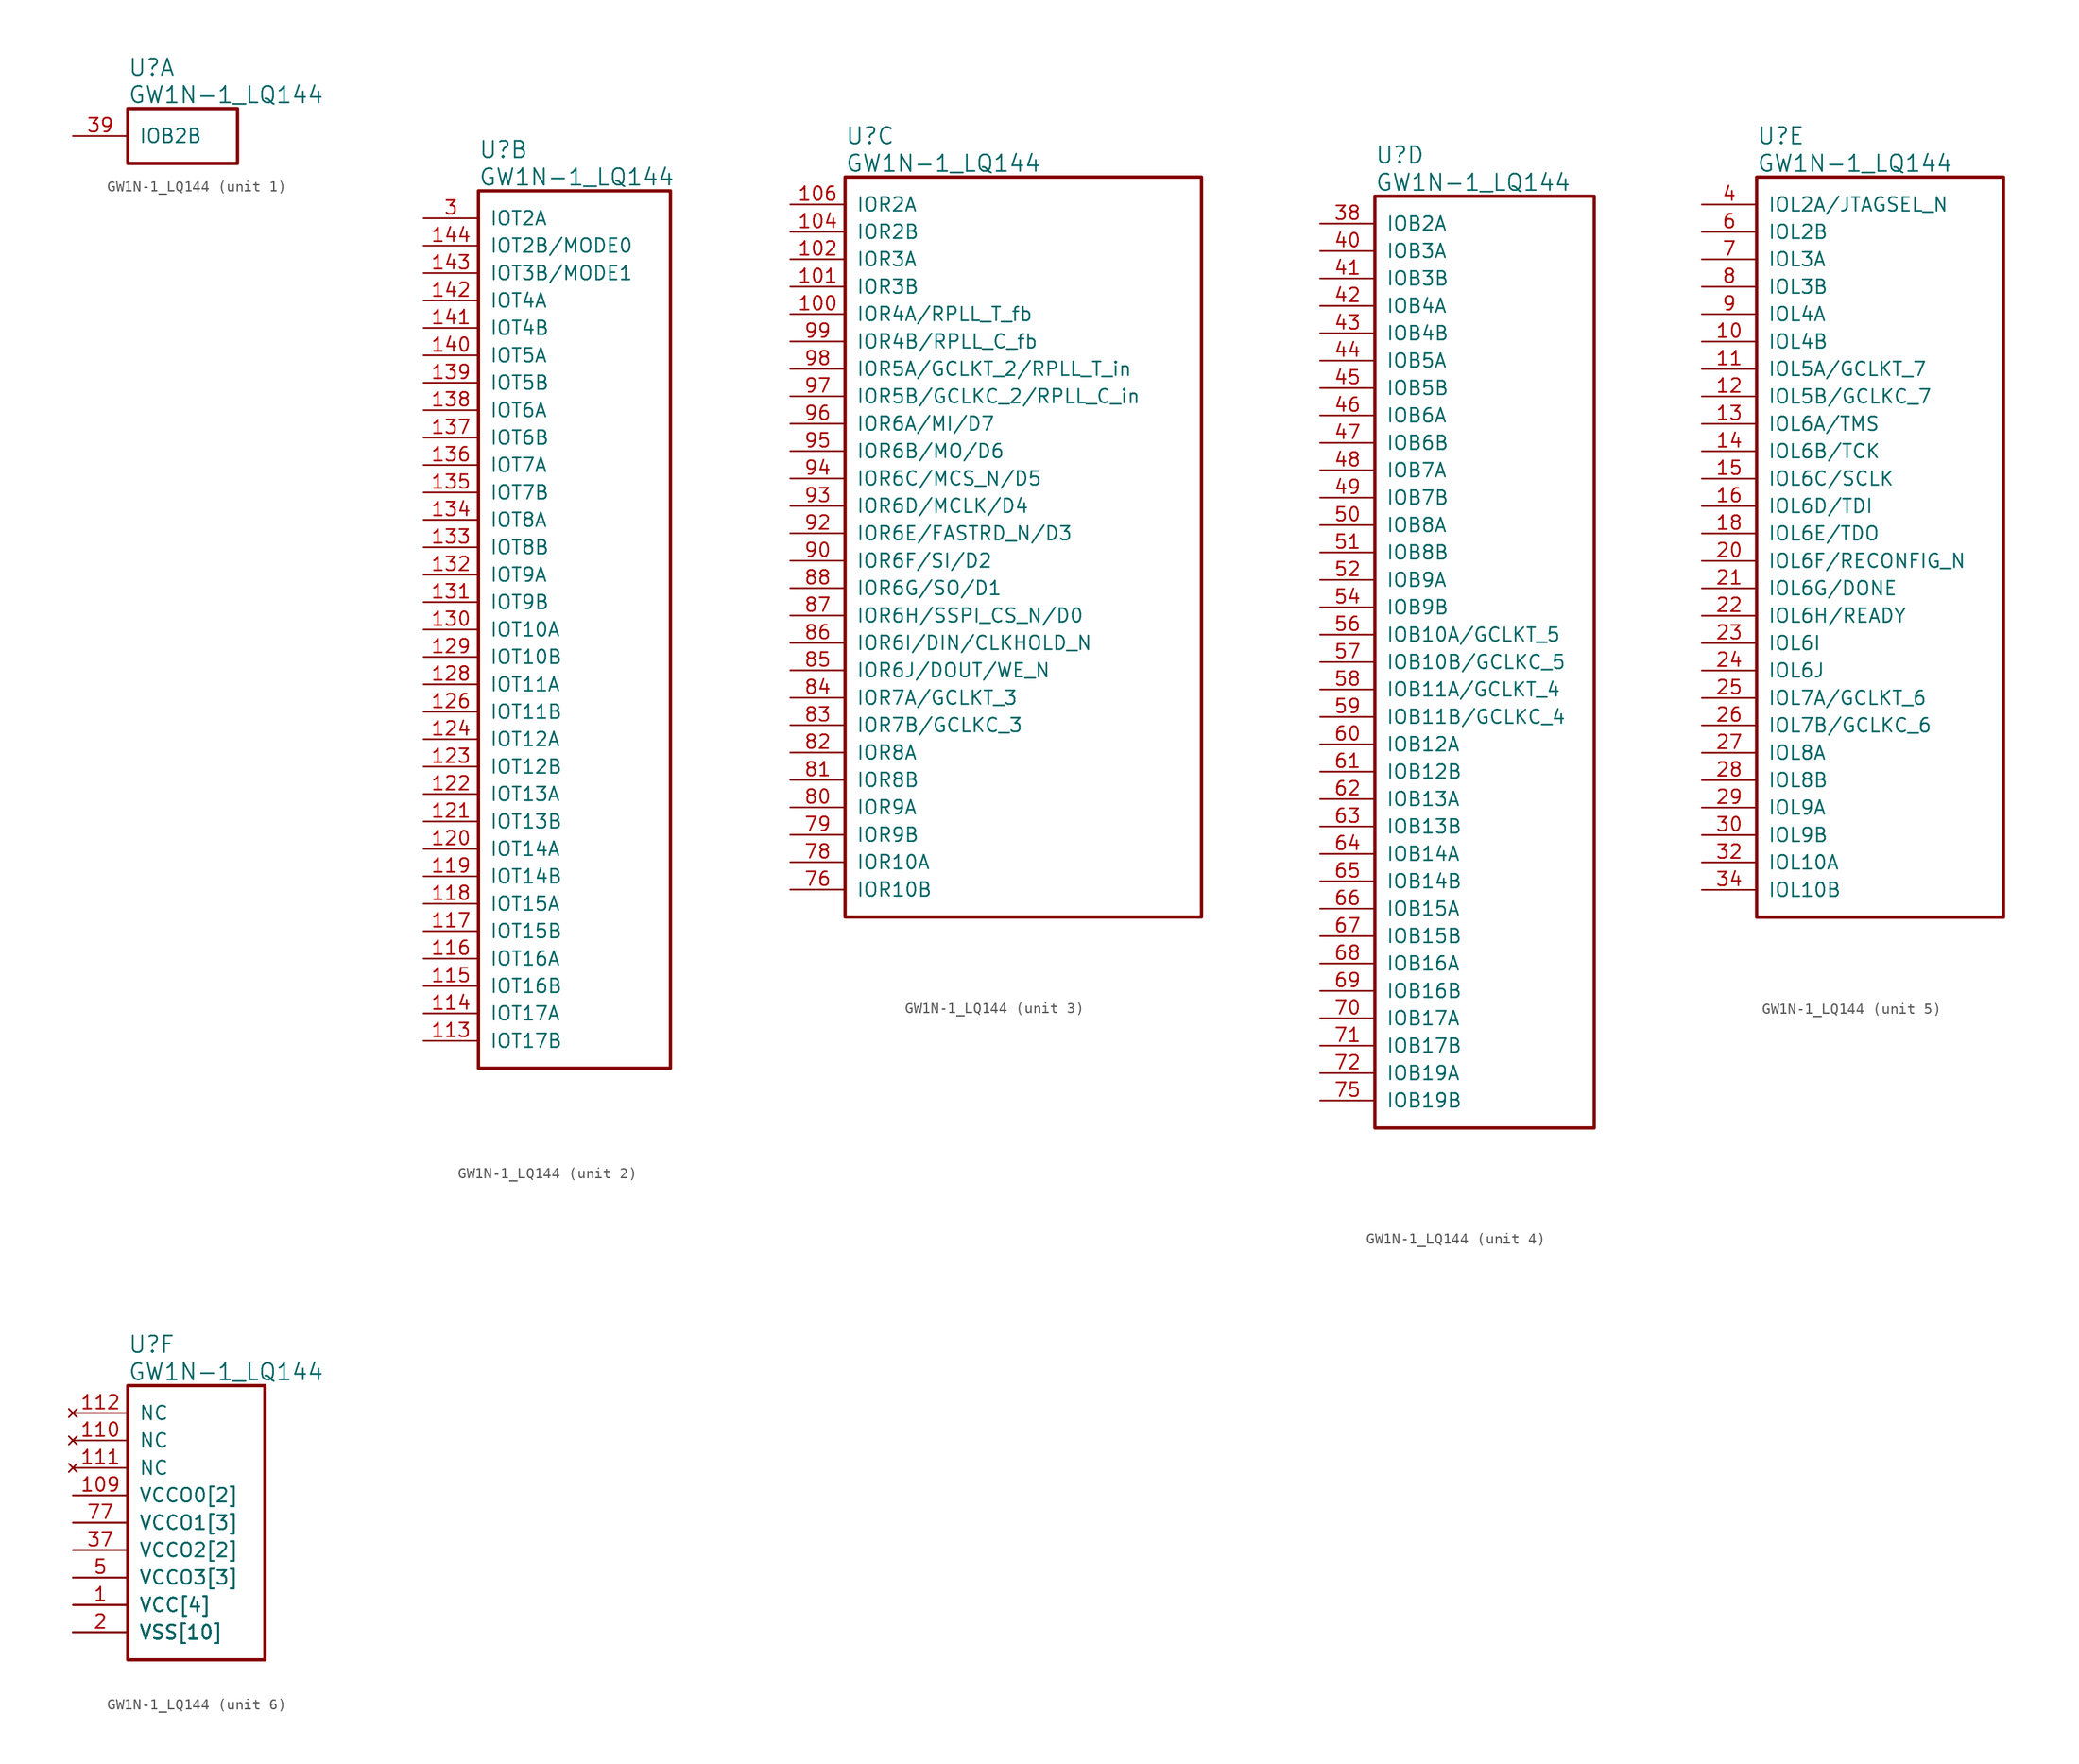
<source format=kicad_sym>
(kicad_symbol_lib
  (version 20241209)
  (generator "kicad_symbol_editor")
  (generator_version "9.0")
  (symbol "GW1N-1_LQ144"
    (pin_names
      (offset 1.016))
    (property "Reference" "U"
      (at 5.08 6.35 0)
      (effects (font (size 1.524 1.524)) (justify left)))
    (property "Value" "GW1N-1_LQ144"
      (at 5.08 3.81 0)
      (effects (font (size 1.524 1.524)) (justify left)))
    (property "ki_locked" ""
      (at 0 0 0)
      (effects (font (size 1.27 1.27))))
    (symbol "GW1N-1_LQ144_1_1"
      (rectangle (start 5.08 2.54) (end 15.24 -2.54) (stroke (width 0.305) (type solid)) (fill (type none)))
      (pin bidirectional line (at 0 0 0) (length 5.08) (name "IOB2B" (effects (font (size 1.27 1.27)))) (number "39" (effects (font (size 1.27 1.27))))))
    (symbol "GW1N-1_LQ144_2_1"
      (rectangle (start 5.08 2.54) (end 22.86 -78.74) (stroke (width 0.305) (type solid)) (fill (type none)))
      (pin bidirectional line (at 0 0 0) (length 5.08) (name "IOT2A" (effects (font (size 1.27 1.27)))) (number "3" (effects (font (size 1.27 1.27)))))
      (pin bidirectional line (at 0 -2.54 0) (length 5.08) (name "IOT2B/MODE0" (effects (font (size 1.27 1.27)))) (number "144" (effects (font (size 1.27 1.27)))))
      (pin bidirectional line (at 0 -5.08 0) (length 5.08) (name "IOT3B/MODE1" (effects (font (size 1.27 1.27)))) (number "143" (effects (font (size 1.27 1.27)))))
      (pin bidirectional line (at 0 -7.62 0) (length 5.08) (name "IOT4A" (effects (font (size 1.27 1.27)))) (number "142" (effects (font (size 1.27 1.27)))))
      (pin bidirectional line (at 0 -10.16 0) (length 5.08) (name "IOT4B" (effects (font (size 1.27 1.27)))) (number "141" (effects (font (size 1.27 1.27)))))
      (pin bidirectional line (at 0 -12.7 0) (length 5.08) (name "IOT5A" (effects (font (size 1.27 1.27)))) (number "140" (effects (font (size 1.27 1.27)))))
      (pin bidirectional line (at 0 -15.24 0) (length 5.08) (name "IOT5B" (effects (font (size 1.27 1.27)))) (number "139" (effects (font (size 1.27 1.27)))))
      (pin bidirectional line (at 0 -17.78 0) (length 5.08) (name "IOT6A" (effects (font (size 1.27 1.27)))) (number "138" (effects (font (size 1.27 1.27)))))
      (pin bidirectional line (at 0 -20.32 0) (length 5.08) (name "IOT6B" (effects (font (size 1.27 1.27)))) (number "137" (effects (font (size 1.27 1.27)))))
      (pin bidirectional line (at 0 -22.86 0) (length 5.08) (name "IOT7A" (effects (font (size 1.27 1.27)))) (number "136" (effects (font (size 1.27 1.27)))))
      (pin bidirectional line (at 0 -25.4 0) (length 5.08) (name "IOT7B" (effects (font (size 1.27 1.27)))) (number "135" (effects (font (size 1.27 1.27)))))
      (pin bidirectional line (at 0 -27.94 0) (length 5.08) (name "IOT8A" (effects (font (size 1.27 1.27)))) (number "134" (effects (font (size 1.27 1.27)))))
      (pin bidirectional line (at 0 -30.48 0) (length 5.08) (name "IOT8B" (effects (font (size 1.27 1.27)))) (number "133" (effects (font (size 1.27 1.27)))))
      (pin bidirectional line (at 0 -33.02 0) (length 5.08) (name "IOT9A" (effects (font (size 1.27 1.27)))) (number "132" (effects (font (size 1.27 1.27)))))
      (pin bidirectional line (at 0 -35.56 0) (length 5.08) (name "IOT9B" (effects (font (size 1.27 1.27)))) (number "131" (effects (font (size 1.27 1.27)))))
      (pin bidirectional line (at 0 -38.1 0) (length 5.08) (name "IOT10A" (effects (font (size 1.27 1.27)))) (number "130" (effects (font (size 1.27 1.27)))))
      (pin bidirectional line (at 0 -40.64 0) (length 5.08) (name "IOT10B" (effects (font (size 1.27 1.27)))) (number "129" (effects (font (size 1.27 1.27)))))
      (pin bidirectional line (at 0 -43.18 0) (length 5.08) (name "IOT11A" (effects (font (size 1.27 1.27)))) (number "128" (effects (font (size 1.27 1.27)))))
      (pin bidirectional line (at 0 -45.72 0) (length 5.08) (name "IOT11B" (effects (font (size 1.27 1.27)))) (number "126" (effects (font (size 1.27 1.27)))))
      (pin bidirectional line (at 0 -48.26 0) (length 5.08) (name "IOT12A" (effects (font (size 1.27 1.27)))) (number "124" (effects (font (size 1.27 1.27)))))
      (pin bidirectional line (at 0 -50.8 0) (length 5.08) (name "IOT12B" (effects (font (size 1.27 1.27)))) (number "123" (effects (font (size 1.27 1.27)))))
      (pin bidirectional line (at 0 -53.34 0) (length 5.08) (name "IOT13A" (effects (font (size 1.27 1.27)))) (number "122" (effects (font (size 1.27 1.27)))))
      (pin bidirectional line (at 0 -55.88 0) (length 5.08) (name "IOT13B" (effects (font (size 1.27 1.27)))) (number "121" (effects (font (size 1.27 1.27)))))
      (pin bidirectional line (at 0 -58.42 0) (length 5.08) (name "IOT14A" (effects (font (size 1.27 1.27)))) (number "120" (effects (font (size 1.27 1.27)))))
      (pin bidirectional line (at 0 -60.96 0) (length 5.08) (name "IOT14B" (effects (font (size 1.27 1.27)))) (number "119" (effects (font (size 1.27 1.27)))))
      (pin bidirectional line (at 0 -63.5 0) (length 5.08) (name "IOT15A" (effects (font (size 1.27 1.27)))) (number "118" (effects (font (size 1.27 1.27)))))
      (pin bidirectional line (at 0 -66.04 0) (length 5.08) (name "IOT15B" (effects (font (size 1.27 1.27)))) (number "117" (effects (font (size 1.27 1.27)))))
      (pin bidirectional line (at 0 -68.58 0) (length 5.08) (name "IOT16A" (effects (font (size 1.27 1.27)))) (number "116" (effects (font (size 1.27 1.27)))))
      (pin bidirectional line (at 0 -71.12 0) (length 5.08) (name "IOT16B" (effects (font (size 1.27 1.27)))) (number "115" (effects (font (size 1.27 1.27)))))
      (pin bidirectional line (at 0 -73.66 0) (length 5.08) (name "IOT17A" (effects (font (size 1.27 1.27)))) (number "114" (effects (font (size 1.27 1.27)))))
      (pin bidirectional line (at 0 -76.2 0) (length 5.08) (name "IOT17B" (effects (font (size 1.27 1.27)))) (number "113" (effects (font (size 1.27 1.27))))))
    (symbol "GW1N-1_LQ144_3_1"
      (rectangle (start 5.08 2.54) (end 38.1 -66.04) (stroke (width 0.305) (type solid)) (fill (type none)))
      (pin bidirectional line (at 0 0 0) (length 5.08) (name "IOR2A" (effects (font (size 1.27 1.27)))) (number "106" (effects (font (size 1.27 1.27)))))
      (pin bidirectional line (at 0 -2.54 0) (length 5.08) (name "IOR2B" (effects (font (size 1.27 1.27)))) (number "104" (effects (font (size 1.27 1.27)))))
      (pin bidirectional line (at 0 -5.08 0) (length 5.08) (name "IOR3A" (effects (font (size 1.27 1.27)))) (number "102" (effects (font (size 1.27 1.27)))))
      (pin bidirectional line (at 0 -7.62 0) (length 5.08) (name "IOR3B" (effects (font (size 1.27 1.27)))) (number "101" (effects (font (size 1.27 1.27)))))
      (pin bidirectional line (at 0 -10.16 0) (length 5.08) (name "IOR4A/RPLL_T_fb" (effects (font (size 1.27 1.27)))) (number "100" (effects (font (size 1.27 1.27)))))
      (pin bidirectional line (at 0 -12.7 0) (length 5.08) (name "IOR4B/RPLL_C_fb" (effects (font (size 1.27 1.27)))) (number "99" (effects (font (size 1.27 1.27)))))
      (pin bidirectional line (at 0 -15.24 0) (length 5.08) (name "IOR5A/GCLKT_2/RPLL_T_in" (effects (font (size 1.27 1.27)))) (number "98" (effects (font (size 1.27 1.27)))))
      (pin bidirectional line (at 0 -17.78 0) (length 5.08) (name "IOR5B/GCLKC_2/RPLL_C_in" (effects (font (size 1.27 1.27)))) (number "97" (effects (font (size 1.27 1.27)))))
      (pin bidirectional line (at 0 -20.32 0) (length 5.08) (name "IOR6A/MI/D7" (effects (font (size 1.27 1.27)))) (number "96" (effects (font (size 1.27 1.27)))))
      (pin bidirectional line (at 0 -22.86 0) (length 5.08) (name "IOR6B/MO/D6" (effects (font (size 1.27 1.27)))) (number "95" (effects (font (size 1.27 1.27)))))
      (pin bidirectional line (at 0 -25.4 0) (length 5.08) (name "IOR6C/MCS_N/D5" (effects (font (size 1.27 1.27)))) (number "94" (effects (font (size 1.27 1.27)))))
      (pin bidirectional line (at 0 -27.94 0) (length 5.08) (name "IOR6D/MCLK/D4" (effects (font (size 1.27 1.27)))) (number "93" (effects (font (size 1.27 1.27)))))
      (pin bidirectional line (at 0 -30.48 0) (length 5.08) (name "IOR6E/FASTRD_N/D3" (effects (font (size 1.27 1.27)))) (number "92" (effects (font (size 1.27 1.27)))))
      (pin bidirectional line (at 0 -33.02 0) (length 5.08) (name "IOR6F/SI/D2" (effects (font (size 1.27 1.27)))) (number "90" (effects (font (size 1.27 1.27)))))
      (pin bidirectional line (at 0 -35.56 0) (length 5.08) (name "IOR6G/SO/D1" (effects (font (size 1.27 1.27)))) (number "88" (effects (font (size 1.27 1.27)))))
      (pin bidirectional line (at 0 -38.1 0) (length 5.08) (name "IOR6H/SSPI_CS_N/D0" (effects (font (size 1.27 1.27)))) (number "87" (effects (font (size 1.27 1.27)))))
      (pin bidirectional line (at 0 -40.64 0) (length 5.08) (name "IOR6I/DIN/CLKHOLD_N" (effects (font (size 1.27 1.27)))) (number "86" (effects (font (size 1.27 1.27)))))
      (pin bidirectional line (at 0 -43.18 0) (length 5.08) (name "IOR6J/DOUT/WE_N" (effects (font (size 1.27 1.27)))) (number "85" (effects (font (size 1.27 1.27)))))
      (pin bidirectional line (at 0 -45.72 0) (length 5.08) (name "IOR7A/GCLKT_3" (effects (font (size 1.27 1.27)))) (number "84" (effects (font (size 1.27 1.27)))))
      (pin bidirectional line (at 0 -48.26 0) (length 5.08) (name "IOR7B/GCLKC_3" (effects (font (size 1.27 1.27)))) (number "83" (effects (font (size 1.27 1.27)))))
      (pin bidirectional line (at 0 -50.8 0) (length 5.08) (name "IOR8A" (effects (font (size 1.27 1.27)))) (number "82" (effects (font (size 1.27 1.27)))))
      (pin bidirectional line (at 0 -53.34 0) (length 5.08) (name "IOR8B" (effects (font (size 1.27 1.27)))) (number "81" (effects (font (size 1.27 1.27)))))
      (pin bidirectional line (at 0 -55.88 0) (length 5.08) (name "IOR9A" (effects (font (size 1.27 1.27)))) (number "80" (effects (font (size 1.27 1.27)))))
      (pin bidirectional line (at 0 -58.42 0) (length 5.08) (name "IOR9B" (effects (font (size 1.27 1.27)))) (number "79" (effects (font (size 1.27 1.27)))))
      (pin bidirectional line (at 0 -60.96 0) (length 5.08) (name "IOR10A" (effects (font (size 1.27 1.27)))) (number "78" (effects (font (size 1.27 1.27)))))
      (pin bidirectional line (at 0 -63.5 0) (length 5.08) (name "IOR10B" (effects (font (size 1.27 1.27)))) (number "76" (effects (font (size 1.27 1.27))))))
    (symbol "GW1N-1_LQ144_4_1"
      (rectangle (start 5.08 2.54) (end 25.4 -83.82) (stroke (width 0.305) (type solid)) (fill (type none)))
      (pin bidirectional line (at 0 0 0) (length 5.08) (name "IOB2A" (effects (font (size 1.27 1.27)))) (number "38" (effects (font (size 1.27 1.27)))))
      (pin bidirectional line (at 0 -2.54 0) (length 5.08) (name "IOB3A" (effects (font (size 1.27 1.27)))) (number "40" (effects (font (size 1.27 1.27)))))
      (pin bidirectional line (at 0 -5.08 0) (length 5.08) (name "IOB3B" (effects (font (size 1.27 1.27)))) (number "41" (effects (font (size 1.27 1.27)))))
      (pin bidirectional line (at 0 -7.62 0) (length 5.08) (name "IOB4A" (effects (font (size 1.27 1.27)))) (number "42" (effects (font (size 1.27 1.27)))))
      (pin bidirectional line (at 0 -10.16 0) (length 5.08) (name "IOB4B" (effects (font (size 1.27 1.27)))) (number "43" (effects (font (size 1.27 1.27)))))
      (pin bidirectional line (at 0 -12.7 0) (length 5.08) (name "IOB5A" (effects (font (size 1.27 1.27)))) (number "44" (effects (font (size 1.27 1.27)))))
      (pin bidirectional line (at 0 -15.24 0) (length 5.08) (name "IOB5B" (effects (font (size 1.27 1.27)))) (number "45" (effects (font (size 1.27 1.27)))))
      (pin bidirectional line (at 0 -17.78 0) (length 5.08) (name "IOB6A" (effects (font (size 1.27 1.27)))) (number "46" (effects (font (size 1.27 1.27)))))
      (pin bidirectional line (at 0 -20.32 0) (length 5.08) (name "IOB6B" (effects (font (size 1.27 1.27)))) (number "47" (effects (font (size 1.27 1.27)))))
      (pin bidirectional line (at 0 -22.86 0) (length 5.08) (name "IOB7A" (effects (font (size 1.27 1.27)))) (number "48" (effects (font (size 1.27 1.27)))))
      (pin bidirectional line (at 0 -25.4 0) (length 5.08) (name "IOB7B" (effects (font (size 1.27 1.27)))) (number "49" (effects (font (size 1.27 1.27)))))
      (pin bidirectional line (at 0 -27.94 0) (length 5.08) (name "IOB8A" (effects (font (size 1.27 1.27)))) (number "50" (effects (font (size 1.27 1.27)))))
      (pin bidirectional line (at 0 -30.48 0) (length 5.08) (name "IOB8B" (effects (font (size 1.27 1.27)))) (number "51" (effects (font (size 1.27 1.27)))))
      (pin bidirectional line (at 0 -33.02 0) (length 5.08) (name "IOB9A" (effects (font (size 1.27 1.27)))) (number "52" (effects (font (size 1.27 1.27)))))
      (pin bidirectional line (at 0 -35.56 0) (length 5.08) (name "IOB9B" (effects (font (size 1.27 1.27)))) (number "54" (effects (font (size 1.27 1.27)))))
      (pin bidirectional line (at 0 -38.1 0) (length 5.08) (name "IOB10A/GCLKT_5" (effects (font (size 1.27 1.27)))) (number "56" (effects (font (size 1.27 1.27)))))
      (pin bidirectional line (at 0 -40.64 0) (length 5.08) (name "IOB10B/GCLKC_5" (effects (font (size 1.27 1.27)))) (number "57" (effects (font (size 1.27 1.27)))))
      (pin bidirectional line (at 0 -43.18 0) (length 5.08) (name "IOB11A/GCLKT_4" (effects (font (size 1.27 1.27)))) (number "58" (effects (font (size 1.27 1.27)))))
      (pin bidirectional line (at 0 -45.72 0) (length 5.08) (name "IOB11B/GCLKC_4" (effects (font (size 1.27 1.27)))) (number "59" (effects (font (size 1.27 1.27)))))
      (pin bidirectional line (at 0 -48.26 0) (length 5.08) (name "IOB12A" (effects (font (size 1.27 1.27)))) (number "60" (effects (font (size 1.27 1.27)))))
      (pin bidirectional line (at 0 -50.8 0) (length 5.08) (name "IOB12B" (effects (font (size 1.27 1.27)))) (number "61" (effects (font (size 1.27 1.27)))))
      (pin bidirectional line (at 0 -53.34 0) (length 5.08) (name "IOB13A" (effects (font (size 1.27 1.27)))) (number "62" (effects (font (size 1.27 1.27)))))
      (pin bidirectional line (at 0 -55.88 0) (length 5.08) (name "IOB13B" (effects (font (size 1.27 1.27)))) (number "63" (effects (font (size 1.27 1.27)))))
      (pin bidirectional line (at 0 -58.42 0) (length 5.08) (name "IOB14A" (effects (font (size 1.27 1.27)))) (number "64" (effects (font (size 1.27 1.27)))))
      (pin bidirectional line (at 0 -60.96 0) (length 5.08) (name "IOB14B" (effects (font (size 1.27 1.27)))) (number "65" (effects (font (size 1.27 1.27)))))
      (pin bidirectional line (at 0 -63.5 0) (length 5.08) (name "IOB15A" (effects (font (size 1.27 1.27)))) (number "66" (effects (font (size 1.27 1.27)))))
      (pin bidirectional line (at 0 -66.04 0) (length 5.08) (name "IOB15B" (effects (font (size 1.27 1.27)))) (number "67" (effects (font (size 1.27 1.27)))))
      (pin bidirectional line (at 0 -68.58 0) (length 5.08) (name "IOB16A" (effects (font (size 1.27 1.27)))) (number "68" (effects (font (size 1.27 1.27)))))
      (pin bidirectional line (at 0 -71.12 0) (length 5.08) (name "IOB16B" (effects (font (size 1.27 1.27)))) (number "69" (effects (font (size 1.27 1.27)))))
      (pin bidirectional line (at 0 -73.66 0) (length 5.08) (name "IOB17A" (effects (font (size 1.27 1.27)))) (number "70" (effects (font (size 1.27 1.27)))))
      (pin bidirectional line (at 0 -76.2 0) (length 5.08) (name "IOB17B" (effects (font (size 1.27 1.27)))) (number "71" (effects (font (size 1.27 1.27)))))
      (pin bidirectional line (at 0 -78.74 0) (length 5.08) (name "IOB19A" (effects (font (size 1.27 1.27)))) (number "72" (effects (font (size 1.27 1.27)))))
      (pin bidirectional line (at 0 -81.28 0) (length 5.08) (name "IOB19B" (effects (font (size 1.27 1.27)))) (number "75" (effects (font (size 1.27 1.27))))))
    (symbol "GW1N-1_LQ144_5_1"
      (rectangle (start 5.08 2.54) (end 27.94 -66.04) (stroke (width 0.305) (type solid)) (fill (type none)))
      (pin bidirectional line (at 0 0 0) (length 5.08) (name "IOL2A/JTAGSEL_N" (effects (font (size 1.27 1.27)))) (number "4" (effects (font (size 1.27 1.27)))))
      (pin bidirectional line (at 0 -2.54 0) (length 5.08) (name "IOL2B" (effects (font (size 1.27 1.27)))) (number "6" (effects (font (size 1.27 1.27)))))
      (pin bidirectional line (at 0 -5.08 0) (length 5.08) (name "IOL3A" (effects (font (size 1.27 1.27)))) (number "7" (effects (font (size 1.27 1.27)))))
      (pin bidirectional line (at 0 -7.62 0) (length 5.08) (name "IOL3B" (effects (font (size 1.27 1.27)))) (number "8" (effects (font (size 1.27 1.27)))))
      (pin bidirectional line (at 0 -10.16 0) (length 5.08) (name "IOL4A" (effects (font (size 1.27 1.27)))) (number "9" (effects (font (size 1.27 1.27)))))
      (pin bidirectional line (at 0 -12.7 0) (length 5.08) (name "IOL4B" (effects (font (size 1.27 1.27)))) (number "10" (effects (font (size 1.27 1.27)))))
      (pin bidirectional line (at 0 -15.24 0) (length 5.08) (name "IOL5A/GCLKT_7" (effects (font (size 1.27 1.27)))) (number "11" (effects (font (size 1.27 1.27)))))
      (pin bidirectional line (at 0 -17.78 0) (length 5.08) (name "IOL5B/GCLKC_7" (effects (font (size 1.27 1.27)))) (number "12" (effects (font (size 1.27 1.27)))))
      (pin bidirectional line (at 0 -20.32 0) (length 5.08) (name "IOL6A/TMS" (effects (font (size 1.27 1.27)))) (number "13" (effects (font (size 1.27 1.27)))))
      (pin bidirectional line (at 0 -22.86 0) (length 5.08) (name "IOL6B/TCK" (effects (font (size 1.27 1.27)))) (number "14" (effects (font (size 1.27 1.27)))))
      (pin bidirectional line (at 0 -25.4 0) (length 5.08) (name "IOL6C/SCLK" (effects (font (size 1.27 1.27)))) (number "15" (effects (font (size 1.27 1.27)))))
      (pin bidirectional line (at 0 -27.94 0) (length 5.08) (name "IOL6D/TDI" (effects (font (size 1.27 1.27)))) (number "16" (effects (font (size 1.27 1.27)))))
      (pin bidirectional line (at 0 -30.48 0) (length 5.08) (name "IOL6E/TDO" (effects (font (size 1.27 1.27)))) (number "18" (effects (font (size 1.27 1.27)))))
      (pin bidirectional line (at 0 -33.02 0) (length 5.08) (name "IOL6F/RECONFIG_N" (effects (font (size 1.27 1.27)))) (number "20" (effects (font (size 1.27 1.27)))))
      (pin bidirectional line (at 0 -35.56 0) (length 5.08) (name "IOL6G/DONE" (effects (font (size 1.27 1.27)))) (number "21" (effects (font (size 1.27 1.27)))))
      (pin bidirectional line (at 0 -38.1 0) (length 5.08) (name "IOL6H/READY" (effects (font (size 1.27 1.27)))) (number "22" (effects (font (size 1.27 1.27)))))
      (pin bidirectional line (at 0 -40.64 0) (length 5.08) (name "IOL6I" (effects (font (size 1.27 1.27)))) (number "23" (effects (font (size 1.27 1.27)))))
      (pin bidirectional line (at 0 -43.18 0) (length 5.08) (name "IOL6J" (effects (font (size 1.27 1.27)))) (number "24" (effects (font (size 1.27 1.27)))))
      (pin bidirectional line (at 0 -45.72 0) (length 5.08) (name "IOL7A/GCLKT_6" (effects (font (size 1.27 1.27)))) (number "25" (effects (font (size 1.27 1.27)))))
      (pin bidirectional line (at 0 -48.26 0) (length 5.08) (name "IOL7B/GCLKC_6" (effects (font (size 1.27 1.27)))) (number "26" (effects (font (size 1.27 1.27)))))
      (pin bidirectional line (at 0 -50.8 0) (length 5.08) (name "IOL8A" (effects (font (size 1.27 1.27)))) (number "27" (effects (font (size 1.27 1.27)))))
      (pin bidirectional line (at 0 -53.34 0) (length 5.08) (name "IOL8B" (effects (font (size 1.27 1.27)))) (number "28" (effects (font (size 1.27 1.27)))))
      (pin bidirectional line (at 0 -55.88 0) (length 5.08) (name "IOL9A" (effects (font (size 1.27 1.27)))) (number "29" (effects (font (size 1.27 1.27)))))
      (pin bidirectional line (at 0 -58.42 0) (length 5.08) (name "IOL9B" (effects (font (size 1.27 1.27)))) (number "30" (effects (font (size 1.27 1.27)))))
      (pin bidirectional line (at 0 -60.96 0) (length 5.08) (name "IOL10A" (effects (font (size 1.27 1.27)))) (number "32" (effects (font (size 1.27 1.27)))))
      (pin bidirectional line (at 0 -63.5 0) (length 5.08) (name "IOL10B" (effects (font (size 1.27 1.27)))) (number "34" (effects (font (size 1.27 1.27))))))
    (symbol "GW1N-1_LQ144_6_1"
      (rectangle (start 5.08 2.54) (end 17.78 -22.86) (stroke (width 0.305) (type solid)) (fill (type none)))
      (pin no_connect line (at 0 0 0) (length 5.08) (name "NC" (effects (font (size 1.27 1.27)))) (number "112" (effects (font (size 1.27 1.27)))))
      (pin no_connect line (at 0 -2.54 0) (length 5.08) (name "NC" (effects (font (size 1.27 1.27)))) (number "110" (effects (font (size 1.27 1.27)))))
      (pin no_connect line (at 0 -5.08 0) (length 5.08) (name "NC" (effects (font (size 1.27 1.27)))) (number "111" (effects (font (size 1.27 1.27)))))
      (pin power_in line (at 0 -7.62 0) (length 5.08) (name "VCCO0[2]" (effects (font (size 1.27 1.27)))) (number "109" (effects (font (size 1.27 1.27)))))
      (pin power_in line (at 0 -7.62 0) (length 5.08) (name "VCCO0[2]" (effects (font (size 1.27 1.27)))) (number "127" (effects (font (size 0 0)))))
      (pin power_in line (at 0 -10.16 0) (length 5.08) (name "VCCO1[3]" (effects (font (size 1.27 1.27)))) (number "103" (effects (font (size 0 0)))))
      (pin power_in line (at 0 -10.16 0) (length 5.08) (name "VCCO1[3]" (effects (font (size 1.27 1.27)))) (number "77" (effects (font (size 1.27 1.27)))))
      (pin power_in line (at 0 -10.16 0) (length 5.08) (name "VCCO1[3]" (effects (font (size 1.27 1.27)))) (number "91" (effects (font (size 0 0)))))
      (pin power_in line (at 0 -12.7 0) (length 5.08) (name "VCCO2[2]" (effects (font (size 1.27 1.27)))) (number "37" (effects (font (size 1.27 1.27)))))
      (pin power_in line (at 0 -12.7 0) (length 5.08) (name "VCCO2[2]" (effects (font (size 1.27 1.27)))) (number "55" (effects (font (size 0 0)))))
      (pin power_in line (at 0 -15.24 0) (length 5.08) (name "VCCO3[3]" (effects (font (size 1.27 1.27)))) (number "19" (effects (font (size 0 0)))))
      (pin power_in line (at 0 -15.24 0) (length 5.08) (name "VCCO3[3]" (effects (font (size 1.27 1.27)))) (number "31" (effects (font (size 0 0)))))
      (pin power_in line (at 0 -15.24 0) (length 5.08) (name "VCCO3[3]" (effects (font (size 1.27 1.27)))) (number "5" (effects (font (size 1.27 1.27)))))
      (pin power_in line (at 0 -17.78 0) (length 5.08) (name "VCC[4]" (effects (font (size 1.27 1.27)))) (number "1" (effects (font (size 1.27 1.27)))))
      (pin power_in line (at 0 -17.78 0) (length 5.08) (name "VCC[4]" (effects (font (size 1.27 1.27)))) (number "108" (effects (font (size 0 0)))))
      (pin power_in line (at 0 -17.78 0) (length 5.08) (name "VCC[4]" (effects (font (size 1.27 1.27)))) (number "36" (effects (font (size 0 0)))))
      (pin power_in line (at 0 -17.78 0) (length 5.08) (name "VCC[4]" (effects (font (size 1.27 1.27)))) (number "73" (effects (font (size 0 0)))))
      (pin power_in line (at 0 -20.32 0) (length 5.08) (name "VSS[10]" (effects (font (size 1.27 1.27)))) (number "105" (effects (font (size 0 0)))))
      (pin power_in line (at 0 -20.32 0) (length 5.08) (name "VSS[10]" (effects (font (size 1.27 1.27)))) (number "107" (effects (font (size 0 0)))))
      (pin power_in line (at 0 -20.32 0) (length 5.08) (name "VSS[10]" (effects (font (size 1.27 1.27)))) (number "125" (effects (font (size 0 0)))))
      (pin power_in line (at 0 -20.32 0) (length 5.08) (name "VSS[10]" (effects (font (size 1.27 1.27)))) (number "17" (effects (font (size 0 0)))))
      (pin power_in line (at 0 -20.32 0) (length 5.08) (name "VSS[10]" (effects (font (size 1.27 1.27)))) (number "2" (effects (font (size 1.27 1.27)))))
      (pin power_in line (at 0 -20.32 0) (length 5.08) (name "VSS[10]" (effects (font (size 1.27 1.27)))) (number "33" (effects (font (size 0 0)))))
      (pin power_in line (at 0 -20.32 0) (length 5.08) (name "VSS[10]" (effects (font (size 1.27 1.27)))) (number "35" (effects (font (size 0 0)))))
      (pin power_in line (at 0 -20.32 0) (length 5.08) (name "VSS[10]" (effects (font (size 1.27 1.27)))) (number "53" (effects (font (size 0 0)))))
      (pin power_in line (at 0 -20.32 0) (length 5.08) (name "VSS[10]" (effects (font (size 1.27 1.27)))) (number "74" (effects (font (size 0 0)))))
      (pin power_in line (at 0 -20.32 0) (length 5.08) (name "VSS[10]" (effects (font (size 1.27 1.27)))) (number "89" (effects (font (size 0 0))))))))
</source>
